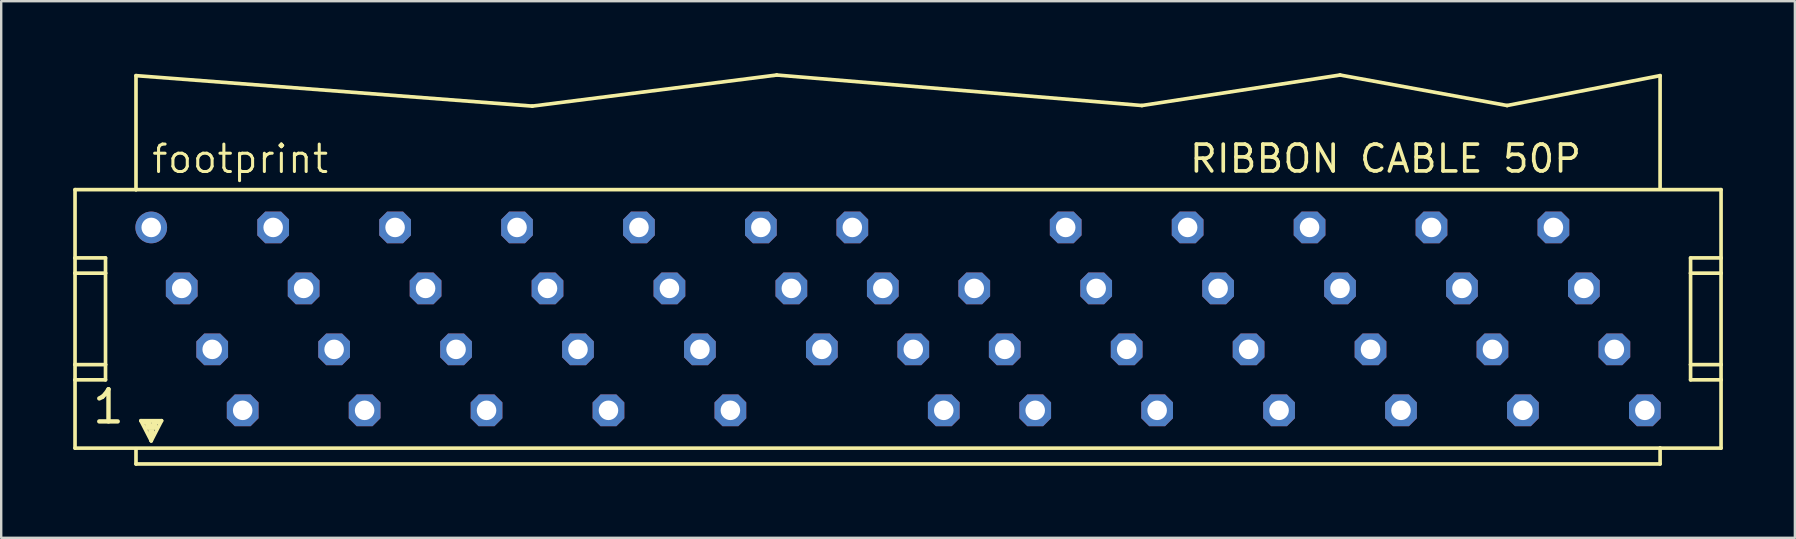
<source format=kicad_pcb>
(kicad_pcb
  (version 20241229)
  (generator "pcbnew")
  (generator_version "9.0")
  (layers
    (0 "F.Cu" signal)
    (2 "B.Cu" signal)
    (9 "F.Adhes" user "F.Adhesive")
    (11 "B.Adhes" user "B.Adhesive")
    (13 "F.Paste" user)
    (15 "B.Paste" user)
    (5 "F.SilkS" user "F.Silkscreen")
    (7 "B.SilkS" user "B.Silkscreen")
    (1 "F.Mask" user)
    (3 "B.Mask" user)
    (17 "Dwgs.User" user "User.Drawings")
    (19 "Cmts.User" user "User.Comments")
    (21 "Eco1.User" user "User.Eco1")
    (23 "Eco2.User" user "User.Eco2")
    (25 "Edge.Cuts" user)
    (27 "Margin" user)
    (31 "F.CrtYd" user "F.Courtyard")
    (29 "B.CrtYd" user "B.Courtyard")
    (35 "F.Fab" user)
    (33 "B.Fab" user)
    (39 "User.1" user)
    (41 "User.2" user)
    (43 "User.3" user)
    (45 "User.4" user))
  (footprint "footprint"
    (layer "F.Cu")
    (at 34.366 10.236)
    (property "Reference" "footprint" (at -31.166 -5.994 0) (layer "F.SilkS") (effects (font (size 1.143 1.143) (thickness 0.127)) (justify left bottom)))
    (fp_line (start -34.29 -5.385) (end -34.29 -2.54) (stroke (width 0.152) (type solid)) (layer "F.SilkS"))
    (fp_line (start -34.29 -2.54) (end -34.29 -1.905) (stroke (width 0.152) (type solid)) (layer "F.SilkS"))
    (fp_line (start -34.29 -1.905) (end -34.29 1.905) (stroke (width 0.152) (type solid)) (layer "F.SilkS"))
    (fp_line (start -34.29 -1.905) (end -33.02 -1.905) (stroke (width 0.152) (type solid)) (layer "F.SilkS"))
    (fp_line (start -34.29 1.905) (end -34.29 2.54) (stroke (width 0.152) (type solid)) (layer "F.SilkS"))
    (fp_line (start -34.29 1.905) (end -33.02 1.905) (stroke (width 0.152) (type solid)) (layer "F.SilkS"))
    (fp_line (start -34.29 2.54) (end -34.29 5.385) (stroke (width 0.152) (type solid)) (layer "F.SilkS"))
    (fp_line (start -34.29 2.54) (end -33.02 2.54) (stroke (width 0.152) (type solid)) (layer "F.SilkS"))
    (fp_line (start -34.29 5.385) (end 31.75 5.385) (stroke (width 0.152) (type solid)) (layer "F.SilkS"))
    (fp_line (start -33.02 -2.54) (end -34.29 -2.54) (stroke (width 0.152) (type solid)) (layer "F.SilkS"))
    (fp_line (start -33.02 -1.905) (end -33.02 -2.54) (stroke (width 0.152) (type solid)) (layer "F.SilkS"))
    (fp_line (start -33.02 1.905) (end -33.02 -1.905) (stroke (width 0.152) (type solid)) (layer "F.SilkS"))
    (fp_line (start -33.02 2.54) (end -33.02 1.905) (stroke (width 0.152) (type solid)) (layer "F.SilkS"))
    (fp_line (start -31.75 -10.135) (end -15.24 -8.865) (stroke (width 0.152) (type solid)) (layer "F.SilkS"))
    (fp_line (start -31.75 -5.385) (end -34.29 -5.385) (stroke (width 0.152) (type solid)) (layer "F.SilkS"))
    (fp_line (start -31.75 -5.385) (end -31.75 -10.135) (stroke (width 0.152) (type solid)) (layer "F.SilkS"))
    (fp_line (start -31.75 5.41) (end -31.75 6.045) (stroke (width 0.152) (type solid)) (layer "F.SilkS"))
    (fp_line (start -31.75 6.045) (end 31.75 6.045) (stroke (width 0.152) (type solid)) (layer "F.SilkS"))
    (fp_line (start -31.547 4.242) (end -30.683 4.242) (stroke (width 0.152) (type solid)) (layer "F.SilkS"))
    (fp_line (start -31.115 5.08) (end -31.547 4.242) (stroke (width 0.152) (type solid)) (layer "F.SilkS"))
    (fp_line (start -31.115 5.08) (end -31.115 4.826) (stroke (width 0.152) (type solid)) (layer "F.SilkS"))
    (fp_line (start -30.683 4.242) (end -31.115 5.08) (stroke (width 0.152) (type solid)) (layer "F.SilkS"))
    (fp_line (start -15.24 -8.865) (end -5.055 -10.16) (stroke (width 0.152) (type solid)) (layer "F.SilkS"))
    (fp_line (start 10.16 -8.89) (end -5.055 -10.16) (stroke (width 0.152) (type solid)) (layer "F.SilkS"))
    (fp_line (start 18.415 -10.16) (end 10.16 -8.89) (stroke (width 0.152) (type solid)) (layer "F.SilkS"))
    (fp_line (start 25.375 -8.89) (end 18.415 -10.16) (stroke (width 0.152) (type solid)) (layer "F.SilkS"))
    (fp_line (start 31.75 -10.135) (end 25.375 -8.89) (stroke (width 0.152) (type solid)) (layer "F.SilkS"))
    (fp_line (start 31.75 -10.135) (end 31.75 -5.41) (stroke (width 0.152) (type solid)) (layer "F.SilkS"))
    (fp_line (start 31.75 5.385) (end 34.29 5.385) (stroke (width 0.152) (type solid)) (layer "F.SilkS"))
    (fp_line (start 31.75 6.045) (end 31.75 5.385) (stroke (width 0.152) (type solid)) (layer "F.SilkS"))
    (fp_line (start 33.02 -2.54) (end 33.02 -1.905) (stroke (width 0.152) (type solid)) (layer "F.SilkS"))
    (fp_line (start 33.02 -1.905) (end 33.02 1.905) (stroke (width 0.152) (type solid)) (layer "F.SilkS"))
    (fp_line (start 33.02 -1.905) (end 34.29 -1.905) (stroke (width 0.152) (type solid)) (layer "F.SilkS"))
    (fp_line (start 33.02 1.905) (end 33.02 2.54) (stroke (width 0.152) (type solid)) (layer "F.SilkS"))
    (fp_line (start 33.02 1.905) (end 34.29 1.905) (stroke (width 0.152) (type solid)) (layer "F.SilkS"))
    (fp_line (start 33.02 2.54) (end 34.29 2.54) (stroke (width 0.152) (type solid)) (layer "F.SilkS"))
    (fp_line (start 34.29 -5.385) (end -31.75 -5.385) (stroke (width 0.152) (type solid)) (layer "F.SilkS"))
    (fp_line (start 34.29 -2.54) (end 33.02 -2.54) (stroke (width 0.152) (type solid)) (layer "F.SilkS"))
    (fp_line (start 34.29 -2.54) (end 34.29 -5.385) (stroke (width 0.152) (type solid)) (layer "F.SilkS"))
    (fp_line (start 34.29 -1.905) (end 34.29 -2.54) (stroke (width 0.152) (type solid)) (layer "F.SilkS"))
    (fp_line (start 34.29 1.905) (end 34.29 -1.905) (stroke (width 0.152) (type solid)) (layer "F.SilkS"))
    (fp_line (start 34.29 2.54) (end 34.29 1.905) (stroke (width 0.152) (type solid)) (layer "F.SilkS"))
    (fp_line (start 34.29 5.385) (end 34.29 2.54) (stroke (width 0.152) (type solid)) (layer "F.SilkS"))
    (fp_poly (pts (xy -31.496 4.394) (xy -31.115 4.394) (xy -31.115 4.267) (xy -31.496 4.267)) (stroke (width 0) (type solid)) (fill yes) (layer "F.SilkS"))
    (fp_poly (pts (xy -31.369 4.623) (xy -30.861 4.623) (xy -30.861 4.369) (xy -31.369 4.369)) (stroke (width 0) (type solid)) (fill yes) (layer "F.SilkS"))
    (fp_poly (pts (xy -31.242 4.851) (xy -30.988 4.851) (xy -30.988 4.597) (xy -31.242 4.597)) (stroke (width 0) (type solid)) (fill yes) (layer "F.SilkS"))
    (fp_poly (pts (xy -31.115 4.394) (xy -30.734 4.394) (xy -30.734 4.267) (xy -31.115 4.267)) (stroke (width 0) (type solid)) (fill yes) (layer "F.SilkS"))
    (fp_text user "RIBBON CABLE 50P" (at 12.065 -6.02 0) (layer "F.SilkS") (effects (font (size 1.118 1.118) (thickness 0.152)) (justify left bottom)))
    (fp_text user "1" (at -33.655 4.445 0) (layer "F.SilkS") (effects (font (size 1.341 1.341) (thickness 0.183)) (justify left bottom)))
    (pad "1" thru_hole circle (at -31.115 -3.81) (size 1.321 1.321) (drill 0.813) (layers "*.Cu" "*.Mask"))
    (pad "2" thru_hole roundrect (at -29.845 -1.27) (size 1.321 1.321) (drill 0.813) (layers "*.Cu" "*.Mask") (roundrect_rratio 0.25) (chamfer_ratio 0.25) (chamfer top_left top_right bottom_left bottom_right))
    (pad "3" thru_hole roundrect (at -28.575 1.27) (size 1.321 1.321) (drill 0.813) (layers "*.Cu" "*.Mask") (roundrect_rratio 0.25) (chamfer_ratio 0.25) (chamfer top_left top_right bottom_left bottom_right))
    (pad "4" thru_hole roundrect (at -27.305 3.81) (size 1.321 1.321) (drill 0.813) (layers "*.Cu" "*.Mask") (roundrect_rratio 0.25) (chamfer_ratio 0.25) (chamfer top_left top_right bottom_left bottom_right))
    (pad "5" thru_hole roundrect (at -26.035 -3.81) (size 1.321 1.321) (drill 0.813) (layers "*.Cu" "*.Mask") (roundrect_rratio 0.25) (chamfer_ratio 0.25) (chamfer top_left top_right bottom_left bottom_right))
    (pad "6" thru_hole roundrect (at -24.765 -1.27) (size 1.321 1.321) (drill 0.813) (layers "*.Cu" "*.Mask") (roundrect_rratio 0.25) (chamfer_ratio 0.25) (chamfer top_left top_right bottom_left bottom_right))
    (pad "7" thru_hole roundrect (at -23.495 1.27) (size 1.321 1.321) (drill 0.813) (layers "*.Cu" "*.Mask") (roundrect_rratio 0.25) (chamfer_ratio 0.25) (chamfer top_left top_right bottom_left bottom_right))
    (pad "8" thru_hole roundrect (at -22.225 3.81) (size 1.321 1.321) (drill 0.813) (layers "*.Cu" "*.Mask") (roundrect_rratio 0.25) (chamfer_ratio 0.25) (chamfer top_left top_right bottom_left bottom_right))
    (pad "9" thru_hole roundrect (at -20.955 -3.81) (size 1.321 1.321) (drill 0.813) (layers "*.Cu" "*.Mask") (roundrect_rratio 0.25) (chamfer_ratio 0.25) (chamfer top_left top_right bottom_left bottom_right))
    (pad "10" thru_hole roundrect (at -19.685 -1.27) (size 1.321 1.321) (drill 0.813) (layers "*.Cu" "*.Mask") (roundrect_rratio 0.25) (chamfer_ratio 0.25) (chamfer top_left top_right bottom_left bottom_right))
    (pad "11" thru_hole roundrect (at -18.415 1.27) (size 1.321 1.321) (drill 0.813) (layers "*.Cu" "*.Mask") (roundrect_rratio 0.25) (chamfer_ratio 0.25) (chamfer top_left top_right bottom_left bottom_right))
    (pad "12" thru_hole roundrect (at -17.145 3.81) (size 1.321 1.321) (drill 0.813) (layers "*.Cu" "*.Mask") (roundrect_rratio 0.25) (chamfer_ratio 0.25) (chamfer top_left top_right bottom_left bottom_right))
    (pad "13" thru_hole roundrect (at -15.875 -3.81) (size 1.321 1.321) (drill 0.813) (layers "*.Cu" "*.Mask") (roundrect_rratio 0.25) (chamfer_ratio 0.25) (chamfer top_left top_right bottom_left bottom_right))
    (pad "14" thru_hole roundrect (at -14.605 -1.27) (size 1.321 1.321) (drill 0.813) (layers "*.Cu" "*.Mask") (roundrect_rratio 0.25) (chamfer_ratio 0.25) (chamfer top_left top_right bottom_left bottom_right))
    (pad "15" thru_hole roundrect (at -13.335 1.27) (size 1.321 1.321) (drill 0.813) (layers "*.Cu" "*.Mask") (roundrect_rratio 0.25) (chamfer_ratio 0.25) (chamfer top_left top_right bottom_left bottom_right))
    (pad "16" thru_hole roundrect (at -12.065 3.81) (size 1.321 1.321) (drill 0.813) (layers "*.Cu" "*.Mask") (roundrect_rratio 0.25) (chamfer_ratio 0.25) (chamfer top_left top_right bottom_left bottom_right))
    (pad "17" thru_hole roundrect (at -10.795 -3.81) (size 1.321 1.321) (drill 0.813) (layers "*.Cu" "*.Mask") (roundrect_rratio 0.25) (chamfer_ratio 0.25) (chamfer top_left top_right bottom_left bottom_right))
    (pad "18" thru_hole roundrect (at -9.525 -1.27) (size 1.321 1.321) (drill 0.813) (layers "*.Cu" "*.Mask") (roundrect_rratio 0.25) (chamfer_ratio 0.25) (chamfer top_left top_right bottom_left bottom_right))
    (pad "19" thru_hole roundrect (at -8.255 1.27) (size 1.321 1.321) (drill 0.813) (layers "*.Cu" "*.Mask") (roundrect_rratio 0.25) (chamfer_ratio 0.25) (chamfer top_left top_right bottom_left bottom_right))
    (pad "20" thru_hole roundrect (at -6.985 3.81) (size 1.321 1.321) (drill 0.813) (layers "*.Cu" "*.Mask") (roundrect_rratio 0.25) (chamfer_ratio 0.25) (chamfer top_left top_right bottom_left bottom_right))
    (pad "21" thru_hole roundrect (at -5.715 -3.81) (size 1.321 1.321) (drill 0.813) (layers "*.Cu" "*.Mask") (roundrect_rratio 0.25) (chamfer_ratio 0.25) (chamfer top_left top_right bottom_left bottom_right))
    (pad "22" thru_hole roundrect (at -4.445 -1.27) (size 1.321 1.321) (drill 0.813) (layers "*.Cu" "*.Mask") (roundrect_rratio 0.25) (chamfer_ratio 0.25) (chamfer top_left top_right bottom_left bottom_right))
    (pad "23" thru_hole roundrect (at -3.175 1.27) (size 1.321 1.321) (drill 0.813) (layers "*.Cu" "*.Mask") (roundrect_rratio 0.25) (chamfer_ratio 0.25) (chamfer top_left top_right bottom_left bottom_right))
    (pad "24" thru_hole roundrect (at -1.905 -3.81) (size 1.321 1.321) (drill 0.813) (layers "*.Cu" "*.Mask") (roundrect_rratio 0.25) (chamfer_ratio 0.25) (chamfer top_left top_right bottom_left bottom_right))
    (pad "25" thru_hole roundrect (at -0.635 -1.27) (size 1.321 1.321) (drill 0.813) (layers "*.Cu" "*.Mask") (roundrect_rratio 0.25) (chamfer_ratio 0.25) (chamfer top_left top_right bottom_left bottom_right))
    (pad "26" thru_hole roundrect (at 0.635 1.27) (size 1.321 1.321) (drill 0.813) (layers "*.Cu" "*.Mask") (roundrect_rratio 0.25) (chamfer_ratio 0.25) (chamfer top_left top_right bottom_left bottom_right))
    (pad "27" thru_hole roundrect (at 1.905 3.81) (size 1.321 1.321) (drill 0.813) (layers "*.Cu" "*.Mask") (roundrect_rratio 0.25) (chamfer_ratio 0.25) (chamfer top_left top_right bottom_left bottom_right))
    (pad "28" thru_hole roundrect (at 3.175 -1.27) (size 1.321 1.321) (drill 0.813) (layers "*.Cu" "*.Mask") (roundrect_rratio 0.25) (chamfer_ratio 0.25) (chamfer top_left top_right bottom_left bottom_right))
    (pad "29" thru_hole roundrect (at 4.445 1.27) (size 1.321 1.321) (drill 0.813) (layers "*.Cu" "*.Mask") (roundrect_rratio 0.25) (chamfer_ratio 0.25) (chamfer top_left top_right bottom_left bottom_right))
    (pad "30" thru_hole roundrect (at 5.715 3.81) (size 1.321 1.321) (drill 0.813) (layers "*.Cu" "*.Mask") (roundrect_rratio 0.25) (chamfer_ratio 0.25) (chamfer top_left top_right bottom_left bottom_right))
    (pad "31" thru_hole roundrect (at 6.985 -3.81) (size 1.321 1.321) (drill 0.813) (layers "*.Cu" "*.Mask") (roundrect_rratio 0.25) (chamfer_ratio 0.25) (chamfer top_left top_right bottom_left bottom_right))
    (pad "32" thru_hole roundrect (at 8.255 -1.27) (size 1.321 1.321) (drill 0.813) (layers "*.Cu" "*.Mask") (roundrect_rratio 0.25) (chamfer_ratio 0.25) (chamfer top_left top_right bottom_left bottom_right))
    (pad "33" thru_hole roundrect (at 9.525 1.27) (size 1.321 1.321) (drill 0.813) (layers "*.Cu" "*.Mask") (roundrect_rratio 0.25) (chamfer_ratio 0.25) (chamfer top_left top_right bottom_left bottom_right))
    (pad "34" thru_hole roundrect (at 10.795 3.81) (size 1.321 1.321) (drill 0.813) (layers "*.Cu" "*.Mask") (roundrect_rratio 0.25) (chamfer_ratio 0.25) (chamfer top_left top_right bottom_left bottom_right))
    (pad "35" thru_hole roundrect (at 12.065 -3.81) (size 1.321 1.321) (drill 0.813) (layers "*.Cu" "*.Mask") (roundrect_rratio 0.25) (chamfer_ratio 0.25) (chamfer top_left top_right bottom_left bottom_right))
    (pad "36" thru_hole roundrect (at 13.335 -1.27) (size 1.321 1.321) (drill 0.813) (layers "*.Cu" "*.Mask") (roundrect_rratio 0.25) (chamfer_ratio 0.25) (chamfer top_left top_right bottom_left bottom_right))
    (pad "37" thru_hole roundrect (at 14.605 1.27) (size 1.321 1.321) (drill 0.813) (layers "*.Cu" "*.Mask") (roundrect_rratio 0.25) (chamfer_ratio 0.25) (chamfer top_left top_right bottom_left bottom_right))
    (pad "38" thru_hole roundrect (at 15.875 3.81) (size 1.321 1.321) (drill 0.813) (layers "*.Cu" "*.Mask") (roundrect_rratio 0.25) (chamfer_ratio 0.25) (chamfer top_left top_right bottom_left bottom_right))
    (pad "39" thru_hole roundrect (at 17.145 -3.81) (size 1.321 1.321) (drill 0.813) (layers "*.Cu" "*.Mask") (roundrect_rratio 0.25) (chamfer_ratio 0.25) (chamfer top_left top_right bottom_left bottom_right))
    (pad "40" thru_hole roundrect (at 18.415 -1.27) (size 1.321 1.321) (drill 0.813) (layers "*.Cu" "*.Mask") (roundrect_rratio 0.25) (chamfer_ratio 0.25) (chamfer top_left top_right bottom_left bottom_right))
    (pad "41" thru_hole roundrect (at 19.685 1.27) (size 1.321 1.321) (drill 0.813) (layers "*.Cu" "*.Mask") (roundrect_rratio 0.25) (chamfer_ratio 0.25) (chamfer top_left top_right bottom_left bottom_right))
    (pad "42" thru_hole roundrect (at 20.955 3.81) (size 1.321 1.321) (drill 0.813) (layers "*.Cu" "*.Mask") (roundrect_rratio 0.25) (chamfer_ratio 0.25) (chamfer top_left top_right bottom_left bottom_right))
    (pad "43" thru_hole roundrect (at 22.225 -3.81) (size 1.321 1.321) (drill 0.813) (layers "*.Cu" "*.Mask") (roundrect_rratio 0.25) (chamfer_ratio 0.25) (chamfer top_left top_right bottom_left bottom_right))
    (pad "44" thru_hole roundrect (at 23.495 -1.27) (size 1.321 1.321) (drill 0.813) (layers "*.Cu" "*.Mask") (roundrect_rratio 0.25) (chamfer_ratio 0.25) (chamfer top_left top_right bottom_left bottom_right))
    (pad "45" thru_hole roundrect (at 24.765 1.27) (size 1.321 1.321) (drill 0.813) (layers "*.Cu" "*.Mask") (roundrect_rratio 0.25) (chamfer_ratio 0.25) (chamfer top_left top_right bottom_left bottom_right))
    (pad "46" thru_hole roundrect (at 26.035 3.81) (size 1.321 1.321) (drill 0.813) (layers "*.Cu" "*.Mask") (roundrect_rratio 0.25) (chamfer_ratio 0.25) (chamfer top_left top_right bottom_left bottom_right))
    (pad "47" thru_hole roundrect (at 27.305 -3.81) (size 1.321 1.321) (drill 0.813) (layers "*.Cu" "*.Mask") (roundrect_rratio 0.25) (chamfer_ratio 0.25) (chamfer top_left top_right bottom_left bottom_right))
    (pad "48" thru_hole roundrect (at 28.575 -1.27) (size 1.321 1.321) (drill 0.813) (layers "*.Cu" "*.Mask") (roundrect_rratio 0.25) (chamfer_ratio 0.25) (chamfer top_left top_right bottom_left bottom_right))
    (pad "49" thru_hole roundrect (at 29.845 1.27) (size 1.321 1.321) (drill 0.813) (layers "*.Cu" "*.Mask") (roundrect_rratio 0.25) (chamfer_ratio 0.25) (chamfer top_left top_right bottom_left bottom_right))
    (pad "50" thru_hole roundrect (at 31.115 3.81) (size 1.321 1.321) (drill 0.813) (layers "*.Cu" "*.Mask") (roundrect_rratio 0.25) (chamfer_ratio 0.25) (chamfer top_left top_right bottom_left bottom_right)))
  (gr_rect
    (start -3 -3)
    (end 71.732 19.358)
    (stroke (width 0.1) (type default))
    (fill no)
    (layer "Edge.Cuts")))
</source>
